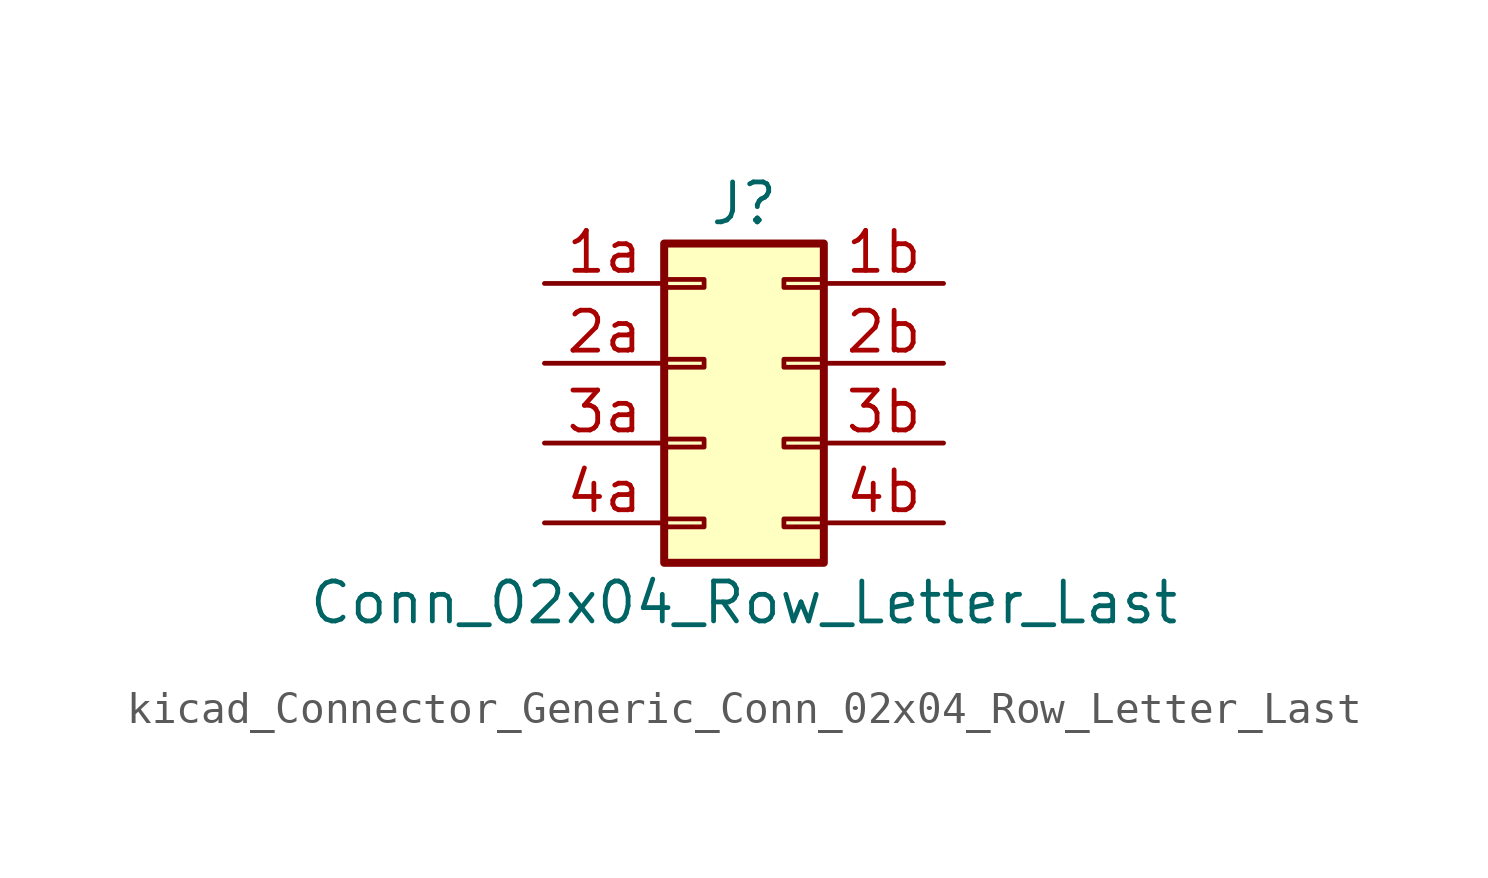
<source format=kicad_sym>
(kicad_symbol_lib
  (version 20220914)
  (generator kicad_symbol_editor)
  (symbol "kicad_Connector_Generic_Conn_02x04_Row_Letter_Last"
    (pin_names
      (offset 1.016) hide)
    (property "Reference" "J"
      (at 1.27 5.08 0)
      (effects (font (size 1.27 1.27))))
    (property "Value" "Conn_02x04_Row_Letter_Last"
      (at 1.27 -7.62 0)
      (effects (font (size 1.27 1.27))))
    (symbol "kicad_Connector_Generic_Conn_02x04_Row_Letter_Last_1_1"
      (rectangle (start -1.27 -4.953) (end 0 -5.207) (stroke (width 0.152) (type default)) (fill (type none)))
      (rectangle (start -1.27 -2.413) (end 0 -2.667) (stroke (width 0.152) (type default)) (fill (type none)))
      (rectangle (start -1.27 0.127) (end 0 -0.127) (stroke (width 0.152) (type default)) (fill (type none)))
      (rectangle (start -1.27 2.667) (end 0 2.413) (stroke (width 0.152) (type default)) (fill (type none)))
      (rectangle (start -1.27 3.81) (end 3.81 -6.35) (stroke (width 0.254) (type default)) (fill (type background)))
      (rectangle (start 3.81 -4.953) (end 2.54 -5.207) (stroke (width 0.152) (type default)) (fill (type none)))
      (rectangle (start 3.81 -2.413) (end 2.54 -2.667) (stroke (width 0.152) (type default)) (fill (type none)))
      (rectangle (start 3.81 0.127) (end 2.54 -0.127) (stroke (width 0.152) (type default)) (fill (type none)))
      (rectangle (start 3.81 2.667) (end 2.54 2.413) (stroke (width 0.152) (type default)) (fill (type none)))
      (pin passive line (at -5.08 2.54 0) (length 3.81) (name "Pin_1a" (effects (font (size 1.27 1.27)))) (number "1a" (effects (font (size 1.27 1.27)))))
      (pin passive line (at 7.62 2.54 180) (length 3.81) (name "Pin_1b" (effects (font (size 1.27 1.27)))) (number "1b" (effects (font (size 1.27 1.27)))))
      (pin passive line (at -5.08 0 0) (length 3.81) (name "Pin_2a" (effects (font (size 1.27 1.27)))) (number "2a" (effects (font (size 1.27 1.27)))))
      (pin passive line (at 7.62 0 180) (length 3.81) (name "Pin_2b" (effects (font (size 1.27 1.27)))) (number "2b" (effects (font (size 1.27 1.27)))))
      (pin passive line (at -5.08 -2.54 0) (length 3.81) (name "Pin_3a" (effects (font (size 1.27 1.27)))) (number "3a" (effects (font (size 1.27 1.27)))))
      (pin passive line (at 7.62 -2.54 180) (length 3.81) (name "Pin_3b" (effects (font (size 1.27 1.27)))) (number "3b" (effects (font (size 1.27 1.27)))))
      (pin passive line (at -5.08 -5.08 0) (length 3.81) (name "Pin_4a" (effects (font (size 1.27 1.27)))) (number "4a" (effects (font (size 1.27 1.27)))))
      (pin passive line (at 7.62 -5.08 180) (length 3.81) (name "Pin_4b" (effects (font (size 1.27 1.27)))) (number "4b" (effects (font (size 1.27 1.27))))))))
</source>
